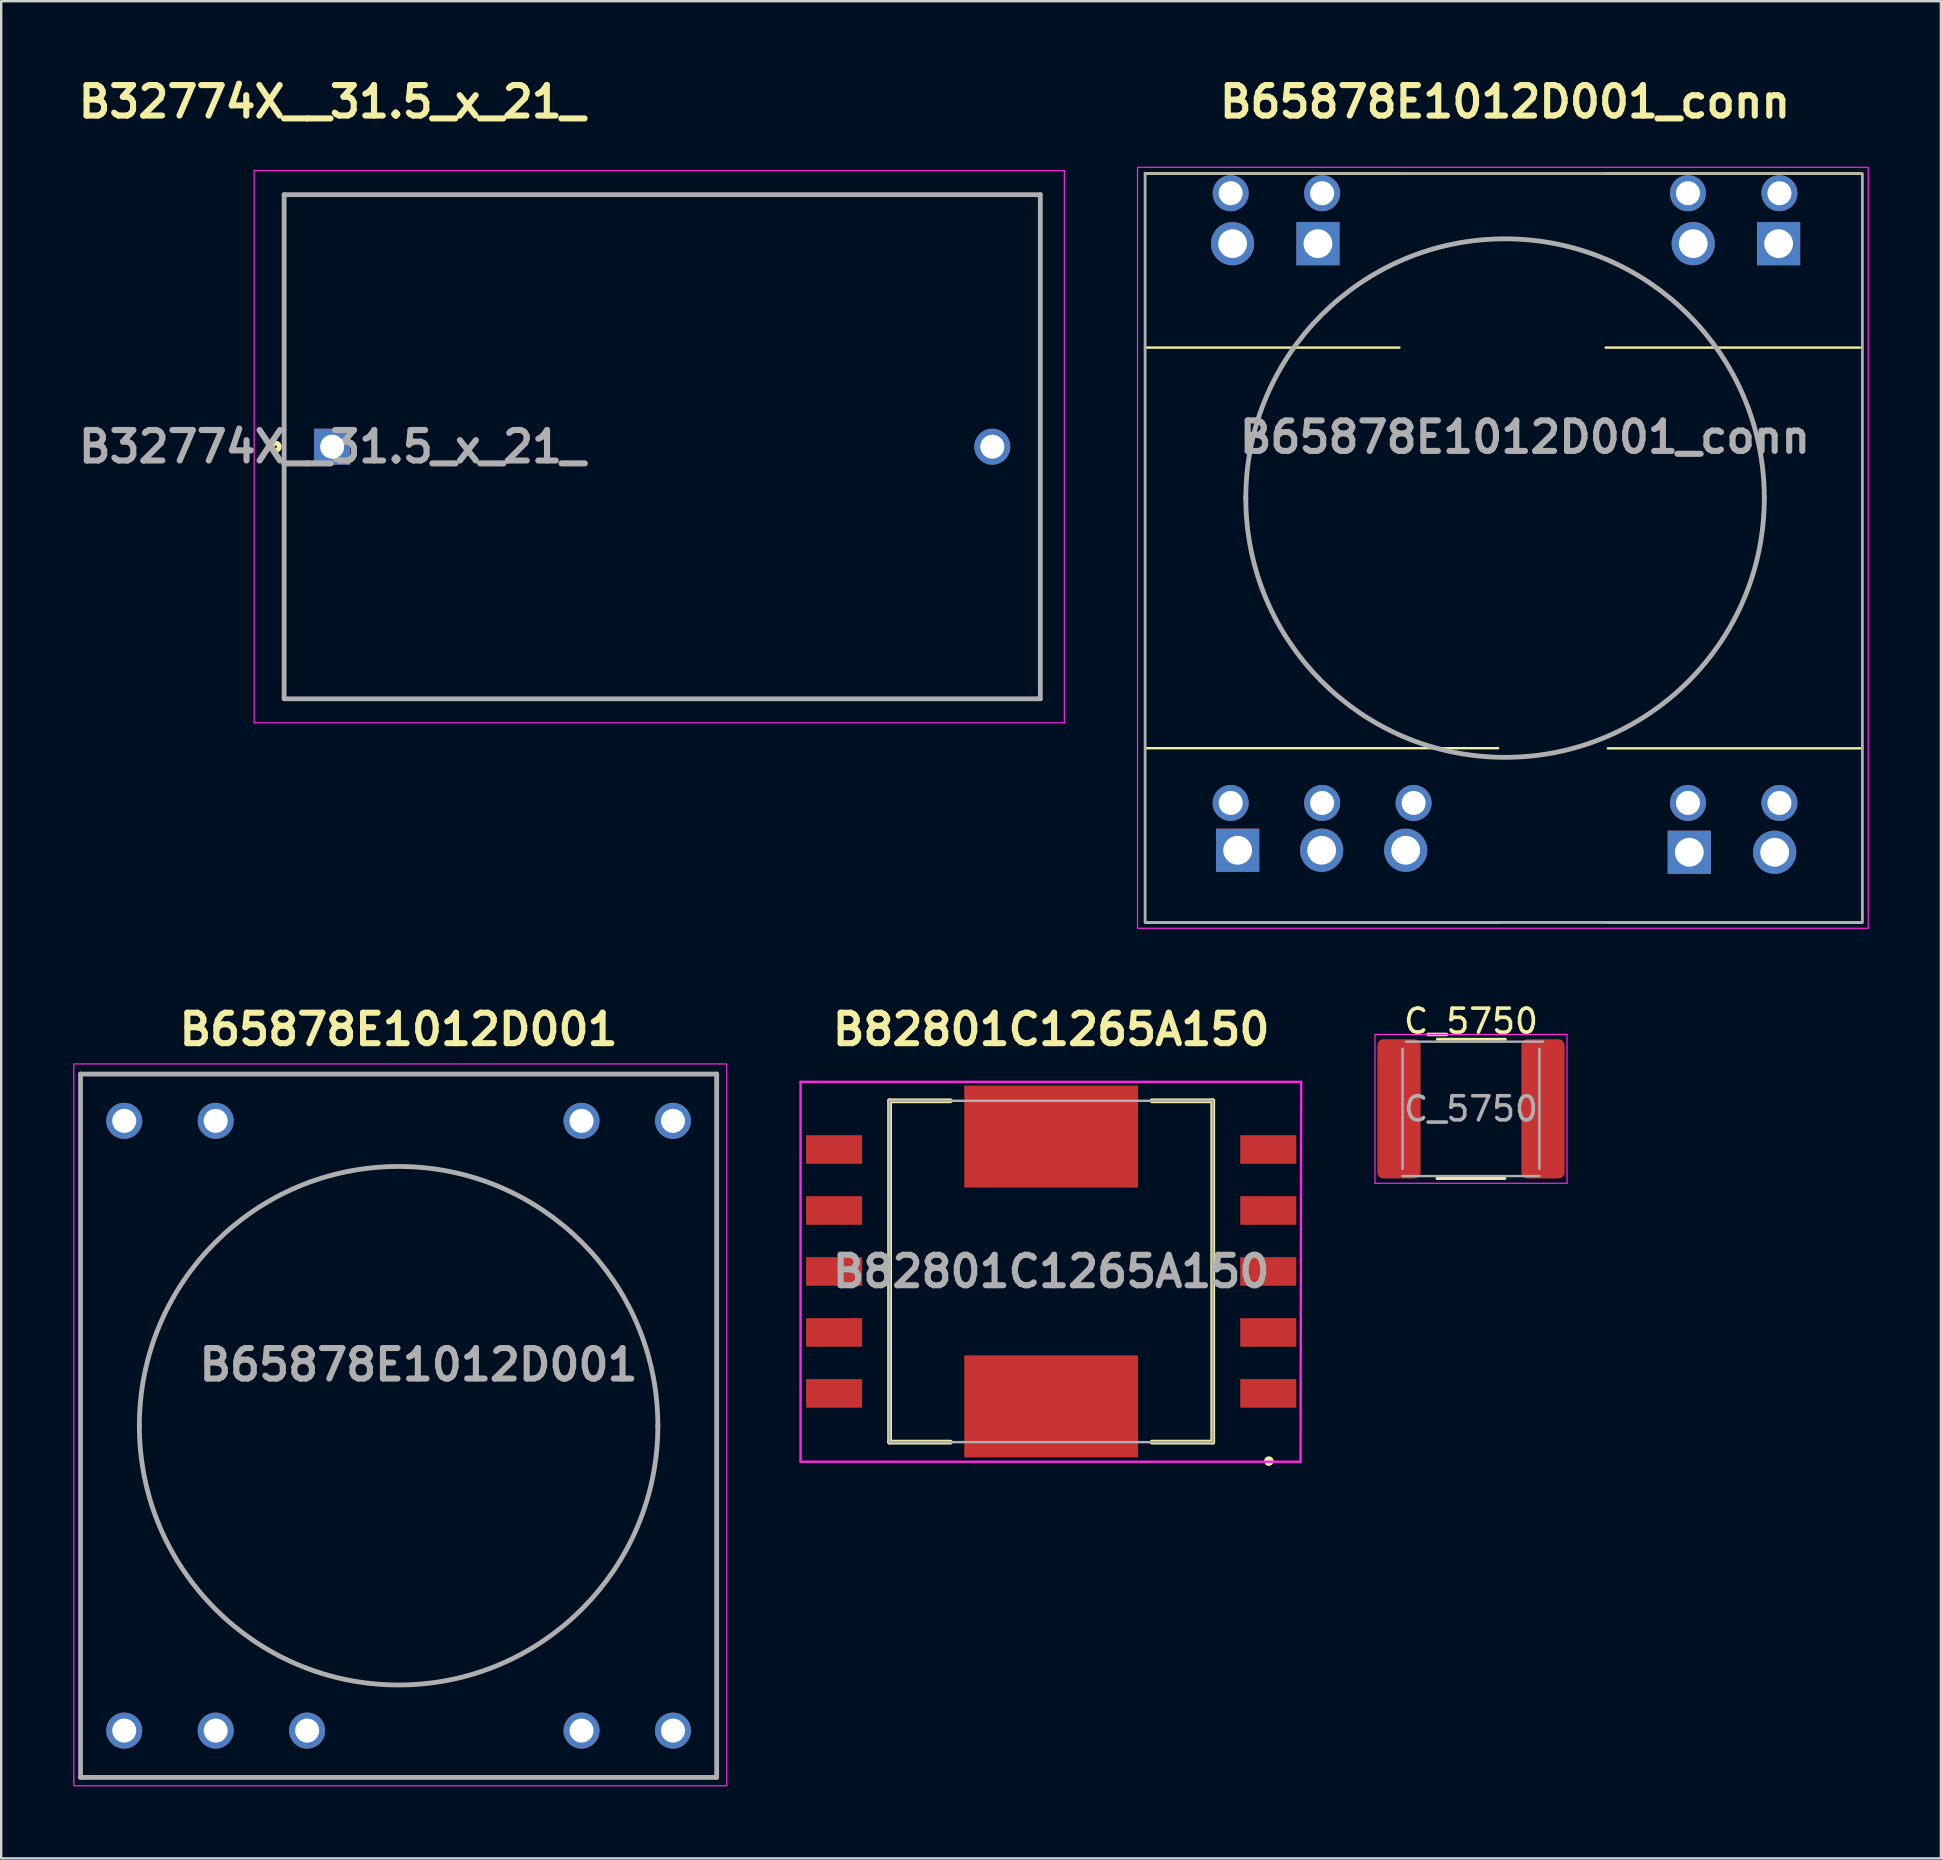
<source format=kicad_pcb>
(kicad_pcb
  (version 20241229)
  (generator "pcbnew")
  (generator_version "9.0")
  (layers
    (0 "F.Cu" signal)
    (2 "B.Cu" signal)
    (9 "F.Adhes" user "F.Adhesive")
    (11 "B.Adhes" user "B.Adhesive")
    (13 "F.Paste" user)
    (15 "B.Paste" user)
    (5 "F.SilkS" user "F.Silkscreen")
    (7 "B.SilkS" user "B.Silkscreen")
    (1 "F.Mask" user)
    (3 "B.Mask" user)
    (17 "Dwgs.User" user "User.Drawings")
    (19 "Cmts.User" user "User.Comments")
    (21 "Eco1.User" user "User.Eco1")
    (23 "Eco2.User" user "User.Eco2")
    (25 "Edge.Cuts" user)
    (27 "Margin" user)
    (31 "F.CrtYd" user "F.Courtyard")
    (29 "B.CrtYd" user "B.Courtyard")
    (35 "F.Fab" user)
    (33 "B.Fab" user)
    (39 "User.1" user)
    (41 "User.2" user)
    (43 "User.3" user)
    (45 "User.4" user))
  (footprint "B82801C1265A150"
    (layer "F.Cu")
    (at 40.739 49.916)
    (property "Reference" "B82801C1265A150" (at 0 -10.084 0) (layer "F.SilkS") (effects (font (size 1.27 1.27) (thickness 0.254))))
    (attr smd)
    (fp_line (start -6.73 -7.11) (end -4.2 -7.11) (stroke (width 0.2) (type solid)) (layer "F.SilkS"))
    (fp_line (start -6.73 7.11) (end -6.73 -7.11) (stroke (width 0.2) (type solid)) (layer "F.SilkS"))
    (fp_line (start -4.2 7.11) (end -6.73 7.11) (stroke (width 0.2) (type solid)) (layer "F.SilkS"))
    (fp_line (start 4.2 7.11) (end 6.73 7.11) (stroke (width 0.2) (type solid)) (layer "F.SilkS"))
    (fp_line (start 6.73 -7.11) (end 4.2 -7.11) (stroke (width 0.2) (type solid)) (layer "F.SilkS"))
    (fp_line (start 6.73 7.11) (end 6.73 -7.11) (stroke (width 0.2) (type solid)) (layer "F.SilkS"))
    (fp_circle (center 9.068 7.899) (end 9.168 7.899) (stroke (width 0.2) (type solid)) (fill no) (layer "F.SilkS"))
    (fp_line (start -10.439 -7.899) (end 10.414 -7.899) (stroke (width 0.1) (type solid)) (layer "F.CrtYd"))
    (fp_line (start -10.439 7.925) (end -10.439 -7.899) (stroke (width 0.1) (type solid)) (layer "F.CrtYd"))
    (fp_line (start 10.389 7.925) (end -10.439 7.925) (stroke (width 0.1) (type solid)) (layer "F.CrtYd"))
    (fp_line (start 10.414 -7.899) (end 10.389 7.925) (stroke (width 0.1) (type solid)) (layer "F.CrtYd"))
    (fp_line (start -6.73 -7.11) (end 6.73 -7.11) (stroke (width 0.1) (type solid)) (layer "F.Fab"))
    (fp_line (start -6.73 7.11) (end -6.73 -7.11) (stroke (width 0.1) (type solid)) (layer "F.Fab"))
    (fp_line (start 6.73 -7.11) (end 6.73 7.11) (stroke (width 0.1) (type solid)) (layer "F.Fab"))
    (fp_line (start 6.73 7.11) (end -6.73 7.11) (stroke (width 0.1) (type solid)) (layer "F.Fab"))
    (fp_text user "${REFERENCE}" (at 0 0 0) (layer "F.Fab") (effects (font (size 1.27 1.27) (thickness 0.254))))
    (pad "1" smd rect (at 9.043 5.08 90) (size 1.19 2.335) (layers "F.Cu" "F.Mask" "F.Paste"))
    (pad "2" smd rect (at 9.043 2.54 90) (size 1.19 2.335) (layers "F.Cu" "F.Mask" "F.Paste"))
    (pad "3" smd rect (at 9.043 0 90) (size 1.19 2.335) (layers "F.Cu" "F.Mask" "F.Paste"))
    (pad "4" smd rect (at 9.043 -2.54 90) (size 1.19 2.335) (layers "F.Cu" "F.Mask" "F.Paste"))
    (pad "5" smd rect (at 9.043 -5.08 90) (size 1.19 2.335) (layers "F.Cu" "F.Mask" "F.Paste"))
    (pad "6" smd rect (at -9.043 -5.08 90) (size 1.19 2.335) (layers "F.Cu" "F.Mask" "F.Paste"))
    (pad "7" smd rect (at -9.043 -2.54 90) (size 1.19 2.335) (layers "F.Cu" "F.Mask" "F.Paste"))
    (pad "8" smd rect (at -9.043 0 90) (size 1.19 2.335) (layers "F.Cu" "F.Mask" "F.Paste"))
    (pad "9" smd rect (at -9.043 2.54 90) (size 1.19 2.335) (layers "F.Cu" "F.Mask" "F.Paste"))
    (pad "10" smd rect (at -9.043 5.08 90) (size 1.19 2.335) (layers "F.Cu" "F.Mask" "F.Paste"))
    (pad "11" smd rect (at 0 5.62 90) (size 4.25 7.24) (layers "F.Cu" "F.Mask" "F.Paste"))
    (pad "12" smd rect (at 0 -5.62 90) (size 4.25 7.24) (layers "F.Cu" "F.Mask" "F.Paste")))
  (footprint "B32774X__31.5_x_21_"
    (layer "F.Cu")
    (at 10.787 15.559)
    (property "Reference" "B32774X__31.5_x_21_" (at -0.01 -14.37 0) (layer "F.SilkS") (effects (font (size 1.27 1.27) (thickness 0.254))))
    (attr through_hole)
    (fp_line (start -2 -10.5) (end 29.5 -10.5) (stroke (width 0.1) (type solid)) (layer "F.SilkS"))
    (fp_line (start -2 10.5) (end -2 -10.5) (stroke (width 0.1) (type solid)) (layer "F.SilkS"))
    (fp_line (start 29.5 -10.5) (end 29.5 10.5) (stroke (width 0.1) (type solid)) (layer "F.SilkS"))
    (fp_line (start 29.5 10.5) (end -2 10.5) (stroke (width 0.1) (type solid)) (layer "F.SilkS"))
    (fp_circle (center -2.35 0) (end -2.35 0.05) (stroke (width 0.2) (type solid)) (fill no) (layer "F.SilkS"))
    (fp_line (start -3.25 -11.5) (end 30.5 -11.5) (stroke (width 0.05) (type solid)) (layer "F.CrtYd"))
    (fp_line (start -3.25 11.5) (end -3.25 -11.5) (stroke (width 0.05) (type solid)) (layer "F.CrtYd"))
    (fp_line (start 30.5 -11.5) (end 30.5 11.5) (stroke (width 0.05) (type solid)) (layer "F.CrtYd"))
    (fp_line (start 30.5 11.5) (end -3.25 11.5) (stroke (width 0.05) (type solid)) (layer "F.CrtYd"))
    (fp_line (start -2 -10.5) (end 29.5 -10.5) (stroke (width 0.2) (type solid)) (layer "F.Fab"))
    (fp_line (start -2 10.5) (end -2 -10.5) (stroke (width 0.2) (type solid)) (layer "F.Fab"))
    (fp_line (start 29.5 -10.5) (end 29.5 10.5) (stroke (width 0.2) (type solid)) (layer "F.Fab"))
    (fp_line (start 29.5 10.5) (end -2 10.5) (stroke (width 0.2) (type solid)) (layer "F.Fab"))
    (fp_text user "${REFERENCE}" (at 0 0 0) (layer "F.Fab") (effects (font (size 1.27 1.27) (thickness 0.254))))
    (pad "1" thru_hole rect (at 0 0) (size 1.5 1.5) (drill 1) (layers "*.Cu" "*.Mask"))
    (pad "2" thru_hole circle (at 27.5 0) (size 1.5 1.5) (drill 1) (layers "*.Cu" "*.Mask")))
  (footprint "C_5750"
    (layer "F.Cu")
    (at 58.228 43.142)
    (property "Reference" "C_5750" (at 0 -3.65 0) (layer "F.SilkS") (effects (font (size 1 1) (thickness 0.15))))
    (attr smd)
    (fp_line (start -1.416 2.9) (end 1.416 2.9) (stroke (width 0.12) (type solid)) (layer "F.SilkS"))
    (fp_line (start -1.4 -2.9) (end 1.431 -2.9) (stroke (width 0.12) (type solid)) (layer "F.SilkS"))
    (fp_line (start -4 -3.1) (end 4 -3.1) (stroke (width 0.05) (type solid)) (layer "F.CrtYd"))
    (fp_line (start -4 3.1) (end -4 -3.1) (stroke (width 0.05) (type solid)) (layer "F.CrtYd"))
    (fp_line (start 4 -3.1) (end 4 3.1) (stroke (width 0.05) (type solid)) (layer "F.CrtYd"))
    (fp_line (start 4 3.1) (end -4 3.1) (stroke (width 0.05) (type solid)) (layer "F.CrtYd"))
    (fp_line (start -2.85 2.5) (end -2.85 -2.5) (stroke (width 0.1) (type solid)) (layer "F.Fab"))
    (fp_line (start -2.7 -2.8) (end 3 -2.8) (stroke (width 0.1) (type solid)) (layer "F.Fab"))
    (fp_line (start 2.85 -2.5) (end 2.85 2.5) (stroke (width 0.1) (type solid)) (layer "F.Fab"))
    (fp_line (start 2.85 2.8) (end -2.85 2.8) (stroke (width 0.1) (type solid)) (layer "F.Fab"))
    (fp_text user "${REFERENCE}" (at 0 0 0) (layer "F.Fab") (effects (font (size 1 1) (thickness 0.15))))
    (pad "1" smd roundrect (at -3 0) (size 1.8 5.8) (layers "F.Cu" "F.Mask" "F.Paste") (roundrect_rratio 0.139))
    (pad "2" smd roundrect (at 3 0) (size 1.8 5.8) (layers "F.Cu" "F.Mask" "F.Paste") (roundrect_rratio 0.139)))
  (footprint "B65878E1012D001"
    (layer "F.Cu")
    (at 13.555 56.342)
    (property "Reference" "B65878E1012D001" (at 0 -16.51 0) (layer "F.SilkS") (effects (font (size 1.27 1.27) (thickness 0.254))))
    (attr through_hole)
    (fp_line (start -13.25 -14.65) (end 13.25 -14.65) (stroke (width 0.1) (type solid)) (layer "F.SilkS"))
    (fp_line (start -13.25 14.65) (end -13.25 -14.65) (stroke (width 0.1) (type solid)) (layer "F.SilkS"))
    (fp_line (start 13.25 -14.65) (end 13.25 14.65) (stroke (width 0.1) (type solid)) (layer "F.SilkS"))
    (fp_line (start 13.25 14.65) (end -13.25 14.65) (stroke (width 0.1) (type solid)) (layer "F.SilkS"))
    (fp_rect (start -13.53 -15.07) (end 13.67 15) (stroke (width 0.05) (type default)) (fill no) (layer "F.CrtYd"))
    (fp_line (start -13.25 -14.65) (end 13.25 -14.65) (stroke (width 0.2) (type solid)) (layer "F.Fab"))
    (fp_line (start -13.25 14.65) (end -13.25 -14.65) (stroke (width 0.2) (type solid)) (layer "F.Fab"))
    (fp_line (start -10.8 0) (end -10.8 0) (stroke (width 0.2) (type solid)) (layer "F.Fab"))
    (fp_line (start 10.8 0) (end 10.8 0) (stroke (width 0.2) (type solid)) (layer "F.Fab"))
    (fp_line (start 13.25 -14.65) (end 13.25 14.65) (stroke (width 0.2) (type solid)) (layer "F.Fab"))
    (fp_line (start 13.25 14.65) (end -13.25 14.65) (stroke (width 0.2) (type solid)) (layer "F.Fab"))
    (fp_arc (start -10.8 0) (mid 0 -10.8) (end 10.8 0) (stroke (width 0.2) (type solid)) (layer "F.Fab"))
    (fp_arc (start 10.8 0) (mid 0 10.8) (end -10.8 0) (stroke (width 0.2) (type solid)) (layer "F.Fab"))
    (fp_text user "${REFERENCE}" (at 0.83 -2.54 0) (layer "F.Fab") (effects (font (size 1.27 1.27) (thickness 0.254))))
    (pad "1" thru_hole circle (at -11.43 12.7) (size 1.5 1.5) (drill 1) (layers "*.Cu" "*.Mask"))
    (pad "2" thru_hole circle (at -7.62 12.7) (size 1.5 1.5) (drill 1) (layers "*.Cu" "*.Mask"))
    (pad "3" thru_hole circle (at -3.81 12.7) (size 1.5 1.5) (drill 1) (layers "*.Cu" "*.Mask"))
    (pad "5" thru_hole circle (at 7.62 12.7) (size 1.5 1.5) (drill 1) (layers "*.Cu" "*.Mask"))
    (pad "6" thru_hole circle (at 11.43 12.7) (size 1.5 1.5) (drill 1) (layers "*.Cu" "*.Mask"))
    (pad "7" thru_hole circle (at 11.43 -12.7) (size 1.5 1.5) (drill 1) (layers "*.Cu" "*.Mask"))
    (pad "8" thru_hole circle (at 7.62 -12.7) (size 1.5 1.5) (drill 1) (layers "*.Cu" "*.Mask"))
    (pad "11" thru_hole circle (at -7.62 -12.7) (size 1.5 1.5) (drill 1) (layers "*.Cu" "*.Mask"))
    (pad "12" thru_hole circle (at -11.43 -12.7) (size 1.5 1.5) (drill 1) (layers "*.Cu" "*.Mask")))
  (footprint "B65878E1012D001_conn"
    (layer "F.Cu")
    (at 59.647 17.699)
    (property "Reference" "B65878E1012D001_conn" (at 0 -16.51 0) (layer "F.SilkS") (effects (font (size 1.27 1.27) (thickness 0.254))))
    (attr through_hole)
    (fp_line (start -15 -13.52) (end -4.4 -13.52) (stroke (width 0.1) (type solid)) (layer "F.SilkS"))
    (fp_line (start -14.99 10.42) (end -0.29 10.42) (stroke (width 0.1) (type solid)) (layer "F.SilkS"))
    (fp_line (start -4.4 -6.27) (end -15 -6.27) (stroke (width 0.1) (type solid)) (layer "F.SilkS"))
    (fp_line (start -0.29 17.67) (end -14.99 17.67) (stroke (width 0.1) (type solid)) (layer "F.SilkS"))
    (fp_line (start 4.19 -13.52) (end 14.79 -13.52) (stroke (width 0.1) (type solid)) (layer "F.SilkS"))
    (fp_line (start 4.28 10.425) (end 14.88 10.425) (stroke (width 0.1) (type solid)) (layer "F.SilkS"))
    (fp_line (start 14.79 -6.27) (end 4.19 -6.27) (stroke (width 0.1) (type solid)) (layer "F.SilkS"))
    (fp_line (start 14.88 17.675) (end 4.28 17.675) (stroke (width 0.1) (type solid)) (layer "F.SilkS"))
    (fp_rect (start -15 -13.52) (end 14.88 17.675) (stroke (width 0.1) (type default)) (fill no) (layer "F.SilkS"))
    (fp_rect (start -15.31 -13.78) (end 15.13 17.92) (stroke (width 0.05) (type default)) (fill no) (layer "F.CrtYd"))
    (fp_line (start -10.8 0) (end -10.8 0) (stroke (width 0.2) (type solid)) (layer "F.Fab"))
    (fp_line (start 10.8 0) (end 10.8 0) (stroke (width 0.2) (type solid)) (layer "F.Fab"))
    (fp_rect (start -14.99 -13.52) (end 14.88 17.67) (stroke (width 0.1) (type default)) (fill no) (layer "F.Fab"))
    (fp_arc (start -10.8 0) (mid 0 -10.8) (end 10.8 0) (stroke (width 0.2) (type solid)) (layer "F.Fab"))
    (fp_arc (start 10.8 0) (mid 0 10.8) (end -10.8 0) (stroke (width 0.2) (type solid)) (layer "F.Fab"))
    (fp_text user "${REFERENCE}" (at 0.83 -2.54 0) (layer "F.Fab") (effects (font (size 1.27 1.27) (thickness 0.254))))
    (pad "1" thru_hole circle (at -11.43 12.7) (size 1.5 1.5) (drill 1) (layers "*.Cu" "*.Mask"))
    (pad "2" thru_hole circle (at -7.62 12.7) (size 1.5 1.5) (drill 1) (layers "*.Cu" "*.Mask"))
    (pad "3" thru_hole circle (at -3.81 12.7) (size 1.5 1.5) (drill 1) (layers "*.Cu" "*.Mask"))
    (pad "5" thru_hole circle (at 7.62 12.7) (size 1.5 1.5) (drill 1) (layers "*.Cu" "*.Mask"))
    (pad "6" thru_hole circle (at 11.43 12.7) (size 1.5 1.5) (drill 1) (layers "*.Cu" "*.Mask"))
    (pad "7" thru_hole circle (at 11.43 -12.7) (size 1.5 1.5) (drill 1) (layers "*.Cu" "*.Mask"))
    (pad "8" thru_hole circle (at 7.62 -12.7) (size 1.5 1.5) (drill 1) (layers "*.Cu" "*.Mask"))
    (pad "11" thru_hole circle (at -7.62 -12.7) (size 1.5 1.5) (drill 1) (layers "*.Cu" "*.Mask"))
    (pad "12" thru_hole circle (at -11.43 -12.7) (size 1.5 1.5) (drill 1) (layers "*.Cu" "*.Mask"))
    (pad "21" thru_hole rect (at -11.14 14.67) (size 1.8 1.8) (drill 1.2) (layers "*.Cu" "*.Mask"))
    (pad "22" thru_hole circle (at -7.64 14.67) (size 1.8 1.8) (drill 1.2) (layers "*.Cu" "*.Mask"))
    (pad "23" thru_hole circle (at -4.14 14.67) (size 1.8 1.8) (drill 1.2) (layers "*.Cu" "*.Mask"))
    (pad "25" thru_hole rect (at 7.675 14.754) (size 1.8 1.8) (drill 1.2) (layers "*.Cu" "*.Mask"))
    (pad "26" thru_hole circle (at 11.231 14.754) (size 1.8 1.8) (drill 1.2) (layers "*.Cu" "*.Mask"))
    (pad "27" thru_hole rect (at 11.395 -10.599 180) (size 1.8 1.8) (drill 1.2) (layers "*.Cu" "*.Mask"))
    (pad "28" thru_hole circle (at 7.839 -10.599 180) (size 1.8 1.8) (drill 1.2) (layers "*.Cu" "*.Mask"))
    (pad "31" thru_hole rect (at -7.795 -10.599 180) (size 1.8 1.8) (drill 1.2) (layers "*.Cu" "*.Mask"))
    (pad "32" thru_hole circle (at -11.351 -10.599 180) (size 1.8 1.8) (drill 1.2) (layers "*.Cu" "*.Mask")))
  (gr_rect
    (start -3 -3)
    (end 77.802 74.367)
    (stroke (width 0.1) (type default))
    (fill no)
    (layer "Edge.Cuts")))
</source>
